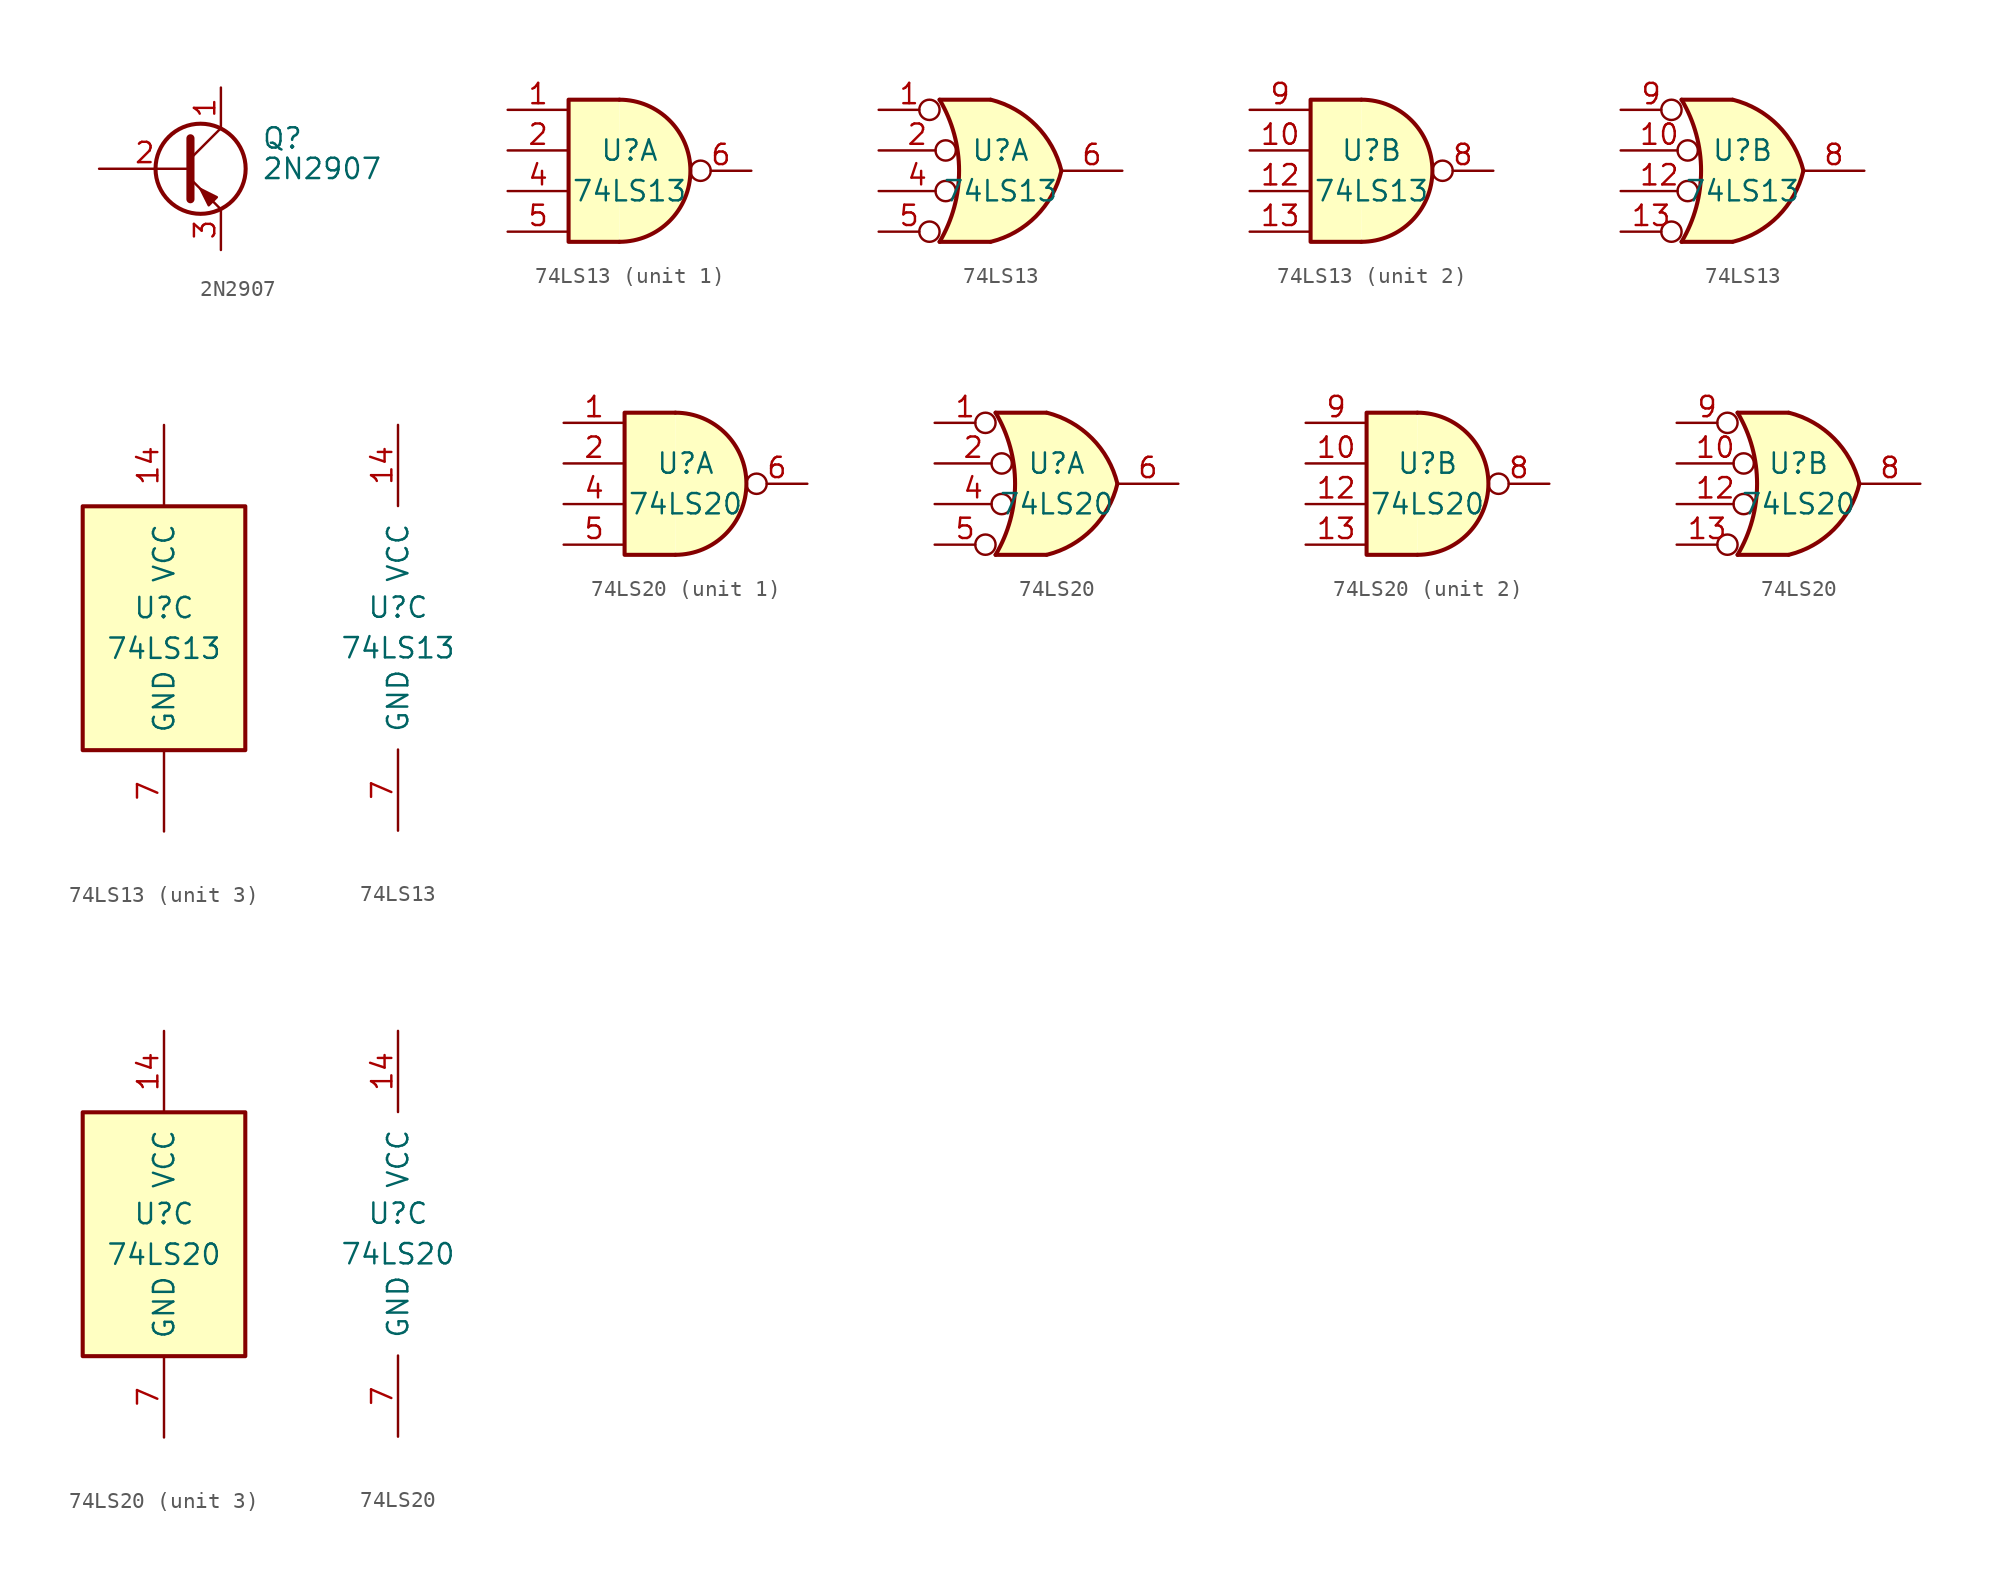
<source format=kicad_sym>
(kicad_symbol_lib
  (version 20220914)
  (generator kicad_symbol_editor)
  (symbol "2N2907"
    (pin_names
      (offset 0) hide)
    (property "Reference" "Q"
      (at 5.08 1.905 0)
      (effects (font (size 1.27 1.27)) (justify left)))
    (property "Value" "2N2907"
      (at 5.08 0 0)
      (effects (font (size 1.27 1.27)) (justify left)))
    (symbol "2N2907_0_1"
      (polyline (pts (xy 0.635 0.635) (xy 2.54 2.54)) (stroke (width 0) (type default)) (fill (type none)))
      (polyline (pts (xy 0.635 -0.635) (xy 2.54 -2.54) (xy 2.54 -2.54)) (stroke (width 0) (type default)) (fill (type none)))
      (polyline (pts (xy 0.635 1.905) (xy 0.635 -1.905) (xy 0.635 -1.905)) (stroke (width 0.508) (type default)) (fill (type none)))
      (polyline (pts (xy 2.286 -1.778) (xy 1.778 -2.286) (xy 1.27 -1.27) (xy 2.286 -1.778) (xy 2.286 -1.778)) (stroke (width 0) (type default)) (fill (type outline)))
      (circle (center 1.27 0) (radius 2.819) (stroke (width 0.254) (type default)) (fill (type none))))
    (symbol "2N2907_1_1"
      (pin passive line (at 2.54 5.08 270) (length 2.54) (name "C" (effects (font (size 1.27 1.27)))) (number "1" (effects (font (size 1.27 1.27)))))
      (pin input line (at -5.08 0 0) (length 5.715) (name "B" (effects (font (size 1.27 1.27)))) (number "2" (effects (font (size 1.27 1.27)))))
      (pin passive line (at 2.54 -5.08 90) (length 2.54) (name "E" (effects (font (size 1.27 1.27)))) (number "3" (effects (font (size 1.27 1.27)))))))
  (symbol "74LS13"
    (pin_names
      (offset 1.016))
    (property "Reference" "U"
      (at 0 1.27 0)
      (effects (font (size 1.27 1.27))))
    (property "Value" "74LS13"
      (at 0 -1.27 0)
      (effects (font (size 1.27 1.27))))
    (property "ki_locked" ""
      (at 0 0 0)
      (effects (font (size 1.27 1.27))))
    (symbol "74LS13_1_1"
      (arc (start -0.635 -4.445) (mid 3.7907 0) (end -0.635 4.445) (stroke (width 0.254) (type default)) (fill (type background)))
      (polyline (pts (xy -0.635 4.445) (xy -3.81 4.445) (xy -3.81 -4.445) (xy -0.635 -4.445)) (stroke (width 0.254) (type default)) (fill (type background)))
      (pin input line (at -7.62 3.81 0) (length 3.81) (name "~" (effects (font (size 1.27 1.27)))) (number "1" (effects (font (size 1.27 1.27)))))
      (pin input line (at -7.62 1.27 0) (length 3.81) (name "~" (effects (font (size 1.27 1.27)))) (number "2" (effects (font (size 1.27 1.27)))))
      (pin no_connect non_logic (at -3.302 2.286 0) (length 3.81) hide (name "~" (effects (font (size 1.27 1.27)))) (number "3" (effects (font (size 1.27 1.27)))))
      (pin input line (at -7.62 -1.27 0) (length 3.81) (name "~" (effects (font (size 1.27 1.27)))) (number "4" (effects (font (size 1.27 1.27)))))
      (pin input line (at -7.62 -3.81 0) (length 3.81) (name "~" (effects (font (size 1.27 1.27)))) (number "5" (effects (font (size 1.27 1.27)))))
      (pin output inverted (at 7.62 0 180) (length 3.81) (name "~" (effects (font (size 1.27 1.27)))) (number "6" (effects (font (size 1.27 1.27))))))
    (symbol "74LS13_1_2"
      (arc (start -3.81 -4.445) (mid -2.5908 0) (end -3.81 4.445) (stroke (width 0.254) (type default)) (fill (type none)))
      (arc (start -0.6096 -4.445) (mid 2.2246 -2.8422) (end 3.81 0) (stroke (width 0.254) (type default)) (fill (type background)))
      (polyline (pts (xy -3.81 -4.445) (xy -0.635 -4.445)) (stroke (width 0.254) (type default)) (fill (type background)))
      (polyline (pts (xy -3.81 4.445) (xy -0.635 4.445)) (stroke (width 0.254) (type default)) (fill (type background)))
      (polyline (pts (xy -0.635 4.445) (xy -3.81 4.445) (xy -3.81 4.445) (xy -3.632 4.089) (xy -3.099 2.921) (xy -2.769 1.676) (xy -2.616 0.432) (xy -2.642 -0.864) (xy -2.87 -2.108) (xy -3.251 -3.327) (xy -3.81 -4.445) (xy -3.81 -4.445) (xy -0.635 -4.445)) (stroke (width -25.4) (type default)) (fill (type background)))
      (arc (start 3.81 0) (mid 2.2204 2.8379) (end -0.6096 4.445) (stroke (width 0.254) (type default)) (fill (type background)))
      (pin input inverted (at -7.62 3.81 0) (length 3.81) (name "~" (effects (font (size 1.27 1.27)))) (number "1" (effects (font (size 1.27 1.27)))))
      (pin input inverted (at -7.62 1.27 0) (length 4.826) (name "~" (effects (font (size 1.27 1.27)))) (number "2" (effects (font (size 1.27 1.27)))))
      (pin input inverted (at -7.62 -1.27 0) (length 4.826) (name "~" (effects (font (size 1.27 1.27)))) (number "4" (effects (font (size 1.27 1.27)))))
      (pin input inverted (at -7.62 -3.81 0) (length 3.81) (name "~" (effects (font (size 1.27 1.27)))) (number "5" (effects (font (size 1.27 1.27)))))
      (pin output line (at 7.62 0 180) (length 3.81) (name "~" (effects (font (size 1.27 1.27)))) (number "6" (effects (font (size 1.27 1.27))))))
    (symbol "74LS13_2_1"
      (arc (start -0.635 -4.445) (mid 3.7907 0) (end -0.635 4.445) (stroke (width 0.254) (type default)) (fill (type background)))
      (polyline (pts (xy -0.635 4.445) (xy -3.81 4.445) (xy -3.81 -4.445) (xy -0.635 -4.445)) (stroke (width 0.254) (type default)) (fill (type background)))
      (pin input line (at -7.62 1.27 0) (length 3.81) (name "~" (effects (font (size 1.27 1.27)))) (number "10" (effects (font (size 1.27 1.27)))))
      (pin no_connect non_logic (at -3.302 2.032 0) (length 3.81) hide (name "~" (effects (font (size 1.27 1.27)))) (number "11" (effects (font (size 1.27 1.27)))))
      (pin input line (at -7.62 -1.27 0) (length 3.81) (name "~" (effects (font (size 1.27 1.27)))) (number "12" (effects (font (size 1.27 1.27)))))
      (pin input line (at -7.62 -3.81 0) (length 3.81) (name "~" (effects (font (size 1.27 1.27)))) (number "13" (effects (font (size 1.27 1.27)))))
      (pin output inverted (at 7.62 0 180) (length 3.81) (name "~" (effects (font (size 1.27 1.27)))) (number "8" (effects (font (size 1.27 1.27)))))
      (pin input line (at -7.62 3.81 0) (length 3.81) (name "~" (effects (font (size 1.27 1.27)))) (number "9" (effects (font (size 1.27 1.27))))))
    (symbol "74LS13_2_2"
      (arc (start -3.81 -4.445) (mid -2.5908 0) (end -3.81 4.445) (stroke (width 0.254) (type default)) (fill (type none)))
      (arc (start -0.6096 -4.445) (mid 2.2246 -2.8422) (end 3.81 0) (stroke (width 0.254) (type default)) (fill (type background)))
      (polyline (pts (xy -3.81 -4.445) (xy -0.635 -4.445)) (stroke (width 0.254) (type default)) (fill (type background)))
      (polyline (pts (xy -3.81 4.445) (xy -0.635 4.445)) (stroke (width 0.254) (type default)) (fill (type background)))
      (polyline (pts (xy -0.635 4.445) (xy -3.81 4.445) (xy -3.81 4.445) (xy -3.632 4.089) (xy -3.099 2.921) (xy -2.769 1.676) (xy -2.616 0.432) (xy -2.642 -0.864) (xy -2.87 -2.108) (xy -3.251 -3.327) (xy -3.81 -4.445) (xy -3.81 -4.445) (xy -0.635 -4.445)) (stroke (width -25.4) (type default)) (fill (type background)))
      (arc (start 3.81 0) (mid 2.2204 2.8379) (end -0.6096 4.445) (stroke (width 0.254) (type default)) (fill (type background)))
      (pin input inverted (at -7.62 1.27 0) (length 4.826) (name "~" (effects (font (size 1.27 1.27)))) (number "10" (effects (font (size 1.27 1.27)))))
      (pin input inverted (at -7.62 -1.27 0) (length 4.826) (name "~" (effects (font (size 1.27 1.27)))) (number "12" (effects (font (size 1.27 1.27)))))
      (pin input inverted (at -7.62 -3.81 0) (length 3.81) (name "~" (effects (font (size 1.27 1.27)))) (number "13" (effects (font (size 1.27 1.27)))))
      (pin output line (at 7.62 0 180) (length 3.81) (name "~" (effects (font (size 1.27 1.27)))) (number "8" (effects (font (size 1.27 1.27)))))
      (pin input inverted (at -7.62 3.81 0) (length 3.81) (name "~" (effects (font (size 1.27 1.27)))) (number "9" (effects (font (size 1.27 1.27))))))
    (symbol "74LS13_3_0"
      (pin power_in line (at 0 12.7 270) (length 5.08) (name "VCC" (effects (font (size 1.27 1.27)))) (number "14" (effects (font (size 1.27 1.27)))))
      (pin power_in line (at 0 -12.7 90) (length 5.08) (name "GND" (effects (font (size 1.27 1.27)))) (number "7" (effects (font (size 1.27 1.27))))))
    (symbol "74LS13_3_1"
      (rectangle (start -5.08 7.62) (end 5.08 -7.62) (stroke (width 0.254) (type default)) (fill (type background)))))
  (symbol "74LS20"
    (pin_names
      (offset 1.016))
    (property "Reference" "U"
      (at 0 1.27 0)
      (effects (font (size 1.27 1.27))))
    (property "Value" "74LS20"
      (at 0 -1.27 0)
      (effects (font (size 1.27 1.27))))
    (property "ki_locked" ""
      (at 0 0 0)
      (effects (font (size 1.27 1.27))))
    (symbol "74LS20_1_1"
      (arc (start -0.635 -4.445) (mid 3.7907 0) (end -0.635 4.445) (stroke (width 0.254) (type default)) (fill (type background)))
      (polyline (pts (xy -0.635 4.445) (xy -3.81 4.445) (xy -3.81 -4.445) (xy -0.635 -4.445)) (stroke (width 0.254) (type default)) (fill (type background)))
      (pin input line (at -7.62 3.81 0) (length 3.81) (name "~" (effects (font (size 1.27 1.27)))) (number "1" (effects (font (size 1.27 1.27)))))
      (pin input line (at -7.62 1.27 0) (length 3.81) (name "~" (effects (font (size 1.27 1.27)))) (number "2" (effects (font (size 1.27 1.27)))))
      (pin no_connect non_logic (at -3.302 2.286 0) (length 3.81) hide (name "~" (effects (font (size 1.27 1.27)))) (number "3" (effects (font (size 1.27 1.27)))))
      (pin input line (at -7.62 -1.27 0) (length 3.81) (name "~" (effects (font (size 1.27 1.27)))) (number "4" (effects (font (size 1.27 1.27)))))
      (pin input line (at -7.62 -3.81 0) (length 3.81) (name "~" (effects (font (size 1.27 1.27)))) (number "5" (effects (font (size 1.27 1.27)))))
      (pin output inverted (at 7.62 0 180) (length 3.81) (name "~" (effects (font (size 1.27 1.27)))) (number "6" (effects (font (size 1.27 1.27))))))
    (symbol "74LS20_1_2"
      (arc (start -3.81 -4.445) (mid -2.5908 0) (end -3.81 4.445) (stroke (width 0.254) (type default)) (fill (type none)))
      (arc (start -0.6096 -4.445) (mid 2.2246 -2.8422) (end 3.81 0) (stroke (width 0.254) (type default)) (fill (type background)))
      (polyline (pts (xy -3.81 -4.445) (xy -0.635 -4.445)) (stroke (width 0.254) (type default)) (fill (type background)))
      (polyline (pts (xy -3.81 4.445) (xy -0.635 4.445)) (stroke (width 0.254) (type default)) (fill (type background)))
      (polyline (pts (xy -0.635 4.445) (xy -3.81 4.445) (xy -3.81 4.445) (xy -3.632 4.089) (xy -3.099 2.921) (xy -2.769 1.676) (xy -2.616 0.432) (xy -2.642 -0.864) (xy -2.87 -2.108) (xy -3.251 -3.327) (xy -3.81 -4.445) (xy -3.81 -4.445) (xy -0.635 -4.445)) (stroke (width -25.4) (type default)) (fill (type background)))
      (arc (start 3.81 0) (mid 2.2204 2.8379) (end -0.6096 4.445) (stroke (width 0.254) (type default)) (fill (type background)))
      (pin input inverted (at -7.62 3.81 0) (length 3.81) (name "~" (effects (font (size 1.27 1.27)))) (number "1" (effects (font (size 1.27 1.27)))))
      (pin input inverted (at -7.62 1.27 0) (length 4.826) (name "~" (effects (font (size 1.27 1.27)))) (number "2" (effects (font (size 1.27 1.27)))))
      (pin input inverted (at -7.62 -1.27 0) (length 4.826) (name "~" (effects (font (size 1.27 1.27)))) (number "4" (effects (font (size 1.27 1.27)))))
      (pin input inverted (at -7.62 -3.81 0) (length 3.81) (name "~" (effects (font (size 1.27 1.27)))) (number "5" (effects (font (size 1.27 1.27)))))
      (pin output line (at 7.62 0 180) (length 3.81) (name "~" (effects (font (size 1.27 1.27)))) (number "6" (effects (font (size 1.27 1.27))))))
    (symbol "74LS20_2_1"
      (arc (start -0.635 -4.445) (mid 3.7907 0) (end -0.635 4.445) (stroke (width 0.254) (type default)) (fill (type background)))
      (polyline (pts (xy -0.635 4.445) (xy -3.81 4.445) (xy -3.81 -4.445) (xy -0.635 -4.445)) (stroke (width 0.254) (type default)) (fill (type background)))
      (pin input line (at -7.62 1.27 0) (length 3.81) (name "~" (effects (font (size 1.27 1.27)))) (number "10" (effects (font (size 1.27 1.27)))))
      (pin no_connect non_logic (at -3.302 2.286 0) (length 3.81) hide (name "~" (effects (font (size 1.27 1.27)))) (number "11" (effects (font (size 1.27 1.27)))))
      (pin input line (at -7.62 -1.27 0) (length 3.81) (name "~" (effects (font (size 1.27 1.27)))) (number "12" (effects (font (size 1.27 1.27)))))
      (pin input line (at -7.62 -3.81 0) (length 3.81) (name "~" (effects (font (size 1.27 1.27)))) (number "13" (effects (font (size 1.27 1.27)))))
      (pin output inverted (at 7.62 0 180) (length 3.81) (name "~" (effects (font (size 1.27 1.27)))) (number "8" (effects (font (size 1.27 1.27)))))
      (pin input line (at -7.62 3.81 0) (length 3.81) (name "~" (effects (font (size 1.27 1.27)))) (number "9" (effects (font (size 1.27 1.27))))))
    (symbol "74LS20_2_2"
      (arc (start -3.81 -4.445) (mid -2.5908 0) (end -3.81 4.445) (stroke (width 0.254) (type default)) (fill (type none)))
      (arc (start -0.6096 -4.445) (mid 2.2246 -2.8422) (end 3.81 0) (stroke (width 0.254) (type default)) (fill (type background)))
      (polyline (pts (xy -3.81 -4.445) (xy -0.635 -4.445)) (stroke (width 0.254) (type default)) (fill (type background)))
      (polyline (pts (xy -3.81 4.445) (xy -0.635 4.445)) (stroke (width 0.254) (type default)) (fill (type background)))
      (polyline (pts (xy -0.635 4.445) (xy -3.81 4.445) (xy -3.81 4.445) (xy -3.632 4.089) (xy -3.099 2.921) (xy -2.769 1.676) (xy -2.616 0.432) (xy -2.642 -0.864) (xy -2.87 -2.108) (xy -3.251 -3.327) (xy -3.81 -4.445) (xy -3.81 -4.445) (xy -0.635 -4.445)) (stroke (width -25.4) (type default)) (fill (type background)))
      (arc (start 3.81 0) (mid 2.2204 2.8379) (end -0.6096 4.445) (stroke (width 0.254) (type default)) (fill (type background)))
      (pin input inverted (at -7.62 1.27 0) (length 4.826) (name "~" (effects (font (size 1.27 1.27)))) (number "10" (effects (font (size 1.27 1.27)))))
      (pin input inverted (at -7.62 -1.27 0) (length 4.826) (name "~" (effects (font (size 1.27 1.27)))) (number "12" (effects (font (size 1.27 1.27)))))
      (pin input inverted (at -7.62 -3.81 0) (length 3.81) (name "~" (effects (font (size 1.27 1.27)))) (number "13" (effects (font (size 1.27 1.27)))))
      (pin output line (at 7.62 0 180) (length 3.81) (name "~" (effects (font (size 1.27 1.27)))) (number "8" (effects (font (size 1.27 1.27)))))
      (pin input inverted (at -7.62 3.81 0) (length 3.81) (name "~" (effects (font (size 1.27 1.27)))) (number "9" (effects (font (size 1.27 1.27))))))
    (symbol "74LS20_3_0"
      (pin power_in line (at 0 12.7 270) (length 5.08) (name "VCC" (effects (font (size 1.27 1.27)))) (number "14" (effects (font (size 1.27 1.27)))))
      (pin power_in line (at 0 -12.7 90) (length 5.08) (name "GND" (effects (font (size 1.27 1.27)))) (number "7" (effects (font (size 1.27 1.27))))))
    (symbol "74LS20_3_1"
      (rectangle (start -5.08 7.62) (end 5.08 -7.62) (stroke (width 0.254) (type default)) (fill (type background))))))
</source>
